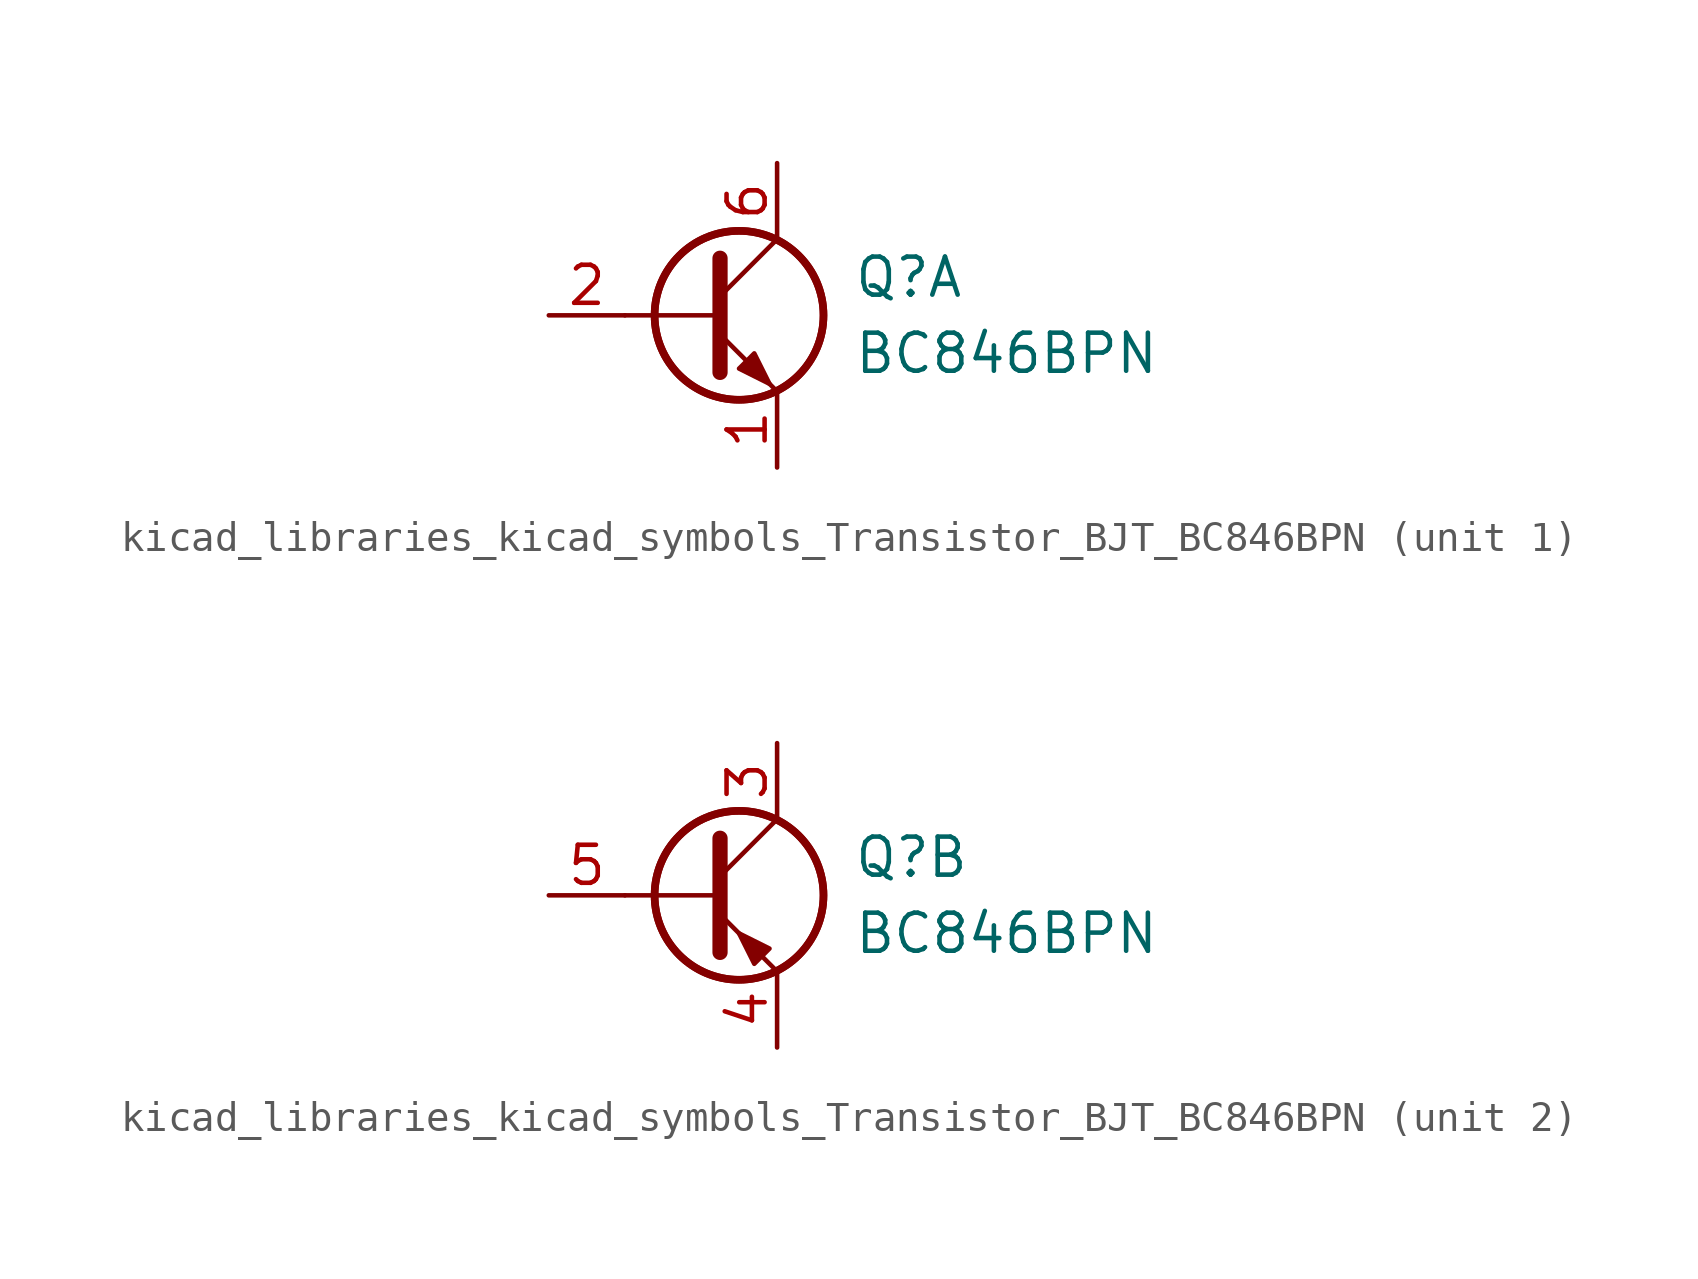
<source format=kicad_sym>
(kicad_symbol_lib
  (version 20220914)
  (generator kicad_symbol_editor)
  (symbol "kicad_libraries_kicad_symbols_Transistor_BJT_BC846BPN"
    (pin_names
      (offset 0) hide)
    (property "Reference" "Q"
      (at 5.08 1.27 0)
      (effects (font (size 1.27 1.27)) (justify left)))
    (property "Value" "BC846BPN"
      (at 5.08 -1.27 0)
      (effects (font (size 1.27 1.27)) (justify left)))
    (property "ki_locked" ""
      (at 0 0 0)
      (effects (font (size 1.27 1.27))))
    (symbol "kicad_libraries_kicad_symbols_Transistor_BJT_BC846BPN_0_1"
      (polyline (pts (xy 0.635 0) (xy -2.54 0)) (stroke (width 0) (type default)) (fill (type none)))
      (circle (center 1.27 0) (radius 2.819) (stroke (width 0.254) (type default)) (fill (type none)))
      (circle (center 1.27 0) (radius 2.819) (stroke (width 0.254) (type default)) (fill (type none))))
    (symbol "kicad_libraries_kicad_symbols_Transistor_BJT_BC846BPN_1_1"
      (polyline (pts (xy 0.635 0.635) (xy 2.54 2.54)) (stroke (width 0) (type default)) (fill (type none)))
      (polyline (pts (xy 0.635 -0.635) (xy 2.54 -2.54) (xy 2.54 -2.54)) (stroke (width 0) (type default)) (fill (type none)))
      (polyline (pts (xy 0.635 1.905) (xy 0.635 -1.905) (xy 0.635 -1.905)) (stroke (width 0.508) (type default)) (fill (type none)))
      (polyline (pts (xy 1.27 -1.778) (xy 1.778 -1.27) (xy 2.286 -2.286) (xy 1.27 -1.778) (xy 1.27 -1.778)) (stroke (width 0) (type default)) (fill (type outline)))
      (pin passive line (at 2.54 -5.08 90) (length 2.54) (name "E1" (effects (font (size 1.27 1.27)))) (number "1" (effects (font (size 1.27 1.27)))))
      (pin input line (at -5.08 0 0) (length 2.54) (name "B1" (effects (font (size 1.27 1.27)))) (number "2" (effects (font (size 1.27 1.27)))))
      (pin passive line (at 2.54 5.08 270) (length 2.54) (name "C1" (effects (font (size 1.27 1.27)))) (number "6" (effects (font (size 1.27 1.27))))))
    (symbol "kicad_libraries_kicad_symbols_Transistor_BJT_BC846BPN_2_1"
      (polyline (pts (xy 0.635 0.635) (xy 2.54 2.54)) (stroke (width 0) (type default)) (fill (type none)))
      (polyline (pts (xy 0.635 -0.635) (xy 2.54 -2.54) (xy 2.54 -2.54)) (stroke (width 0) (type default)) (fill (type none)))
      (polyline (pts (xy 0.635 1.905) (xy 0.635 -1.905) (xy 0.635 -1.905)) (stroke (width 0.508) (type default)) (fill (type none)))
      (polyline (pts (xy 2.286 -1.778) (xy 1.778 -2.286) (xy 1.27 -1.27) (xy 2.286 -1.778) (xy 2.286 -1.778)) (stroke (width 0) (type default)) (fill (type outline)))
      (pin passive line (at 2.54 5.08 270) (length 2.54) (name "C2" (effects (font (size 1.27 1.27)))) (number "3" (effects (font (size 1.27 1.27)))))
      (pin passive line (at 2.54 -5.08 90) (length 2.54) (name "E2" (effects (font (size 1.27 1.27)))) (number "4" (effects (font (size 1.27 1.27)))))
      (pin input line (at -5.08 0 0) (length 2.54) (name "B2" (effects (font (size 1.27 1.27)))) (number "5" (effects (font (size 1.27 1.27))))))))
</source>
